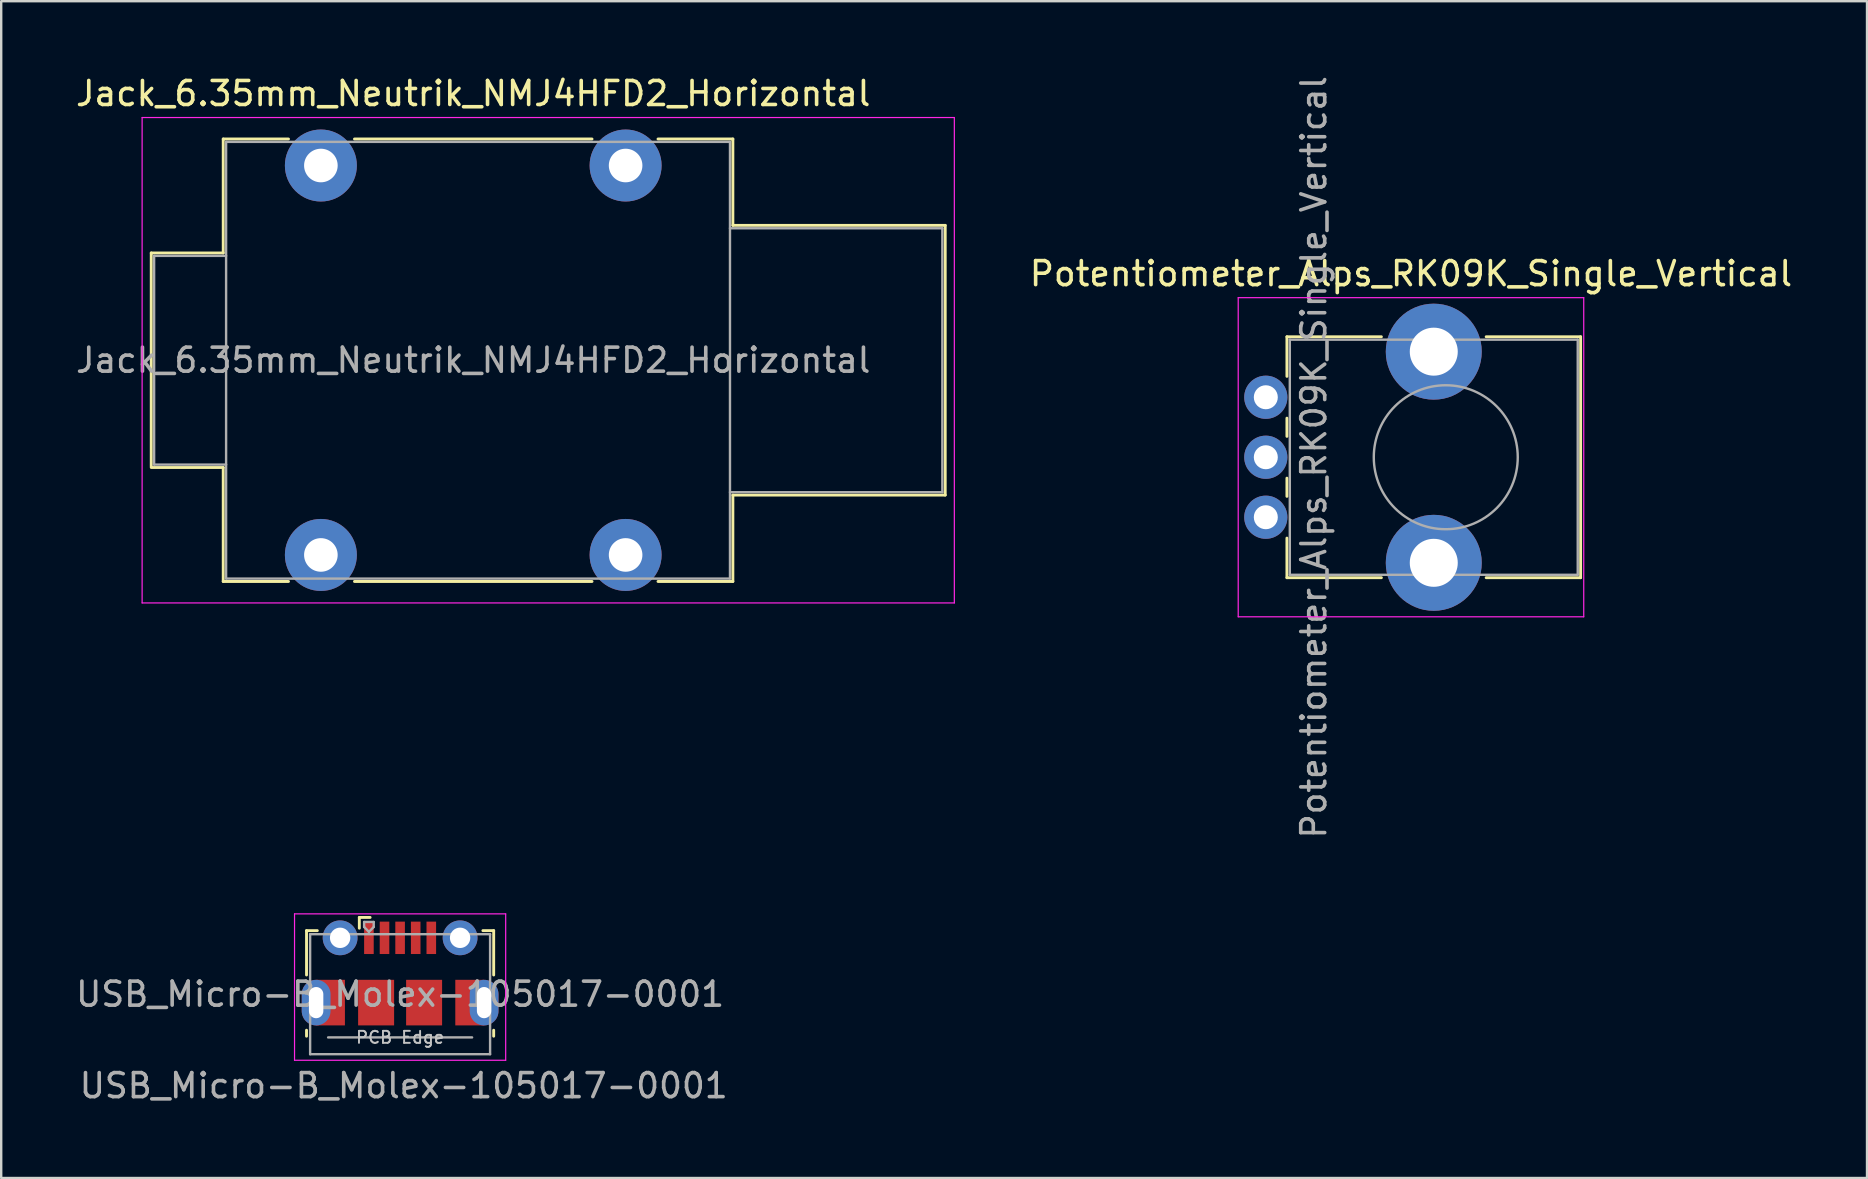
<source format=kicad_pcb>
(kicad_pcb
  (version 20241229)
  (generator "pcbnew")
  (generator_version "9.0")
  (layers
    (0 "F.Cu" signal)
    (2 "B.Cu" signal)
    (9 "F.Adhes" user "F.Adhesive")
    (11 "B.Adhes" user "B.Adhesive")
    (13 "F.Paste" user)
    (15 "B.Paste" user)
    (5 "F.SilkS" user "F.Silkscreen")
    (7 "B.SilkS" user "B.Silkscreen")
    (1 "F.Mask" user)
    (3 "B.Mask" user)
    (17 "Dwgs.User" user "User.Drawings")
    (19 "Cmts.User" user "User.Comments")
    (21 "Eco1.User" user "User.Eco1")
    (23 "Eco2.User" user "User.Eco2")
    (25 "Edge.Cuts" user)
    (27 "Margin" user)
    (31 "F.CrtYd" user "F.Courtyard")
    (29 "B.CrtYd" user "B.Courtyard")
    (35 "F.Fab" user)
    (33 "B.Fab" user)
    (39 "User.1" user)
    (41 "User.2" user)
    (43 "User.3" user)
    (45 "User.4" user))
  (footprint "Jack_6.35mm_Neutrik_NMJ4HFD2_Horizontal"
    (layer "F.Cu")
    (at 10.323 3.848)
    (property "Reference" "Jack_6.35mm_Neutrik_NMJ4HFD2_Horizontal" (at 6.35 -3 0) (layer "F.SilkS") (effects (font (size 1 1) (thickness 0.15))))
    (attr through_hole)
    (fp_line (start -7.07 3.645) (end -4.07 3.645) (stroke (width 0.12) (type solid)) (layer "F.SilkS"))
    (fp_line (start -7.07 12.545) (end -7.07 3.645) (stroke (width 0.12) (type solid)) (layer "F.SilkS"))
    (fp_line (start -7.07 12.585) (end -4.07 12.585) (stroke (width 0.12) (type solid)) (layer "F.SilkS"))
    (fp_line (start -4.07 -1.105) (end -1.35 -1.105) (stroke (width 0.12) (type solid)) (layer "F.SilkS"))
    (fp_line (start -4.07 3.645) (end -4.07 -1.105) (stroke (width 0.12) (type solid)) (layer "F.SilkS"))
    (fp_line (start -4.07 17.335) (end -4.07 12.585) (stroke (width 0.12) (type solid)) (layer "F.SilkS"))
    (fp_line (start -1.35 17.335) (end -4.07 17.335) (stroke (width 0.12) (type solid)) (layer "F.SilkS"))
    (fp_line (start 1.4 -1.105) (end 11.3 -1.105) (stroke (width 0.12) (type solid)) (layer "F.SilkS"))
    (fp_line (start 11.3 17.335) (end 1.4 17.335) (stroke (width 0.12) (type solid)) (layer "F.SilkS"))
    (fp_line (start 17.17 -1.105) (end 14.05 -1.105) (stroke (width 0.12) (type solid)) (layer "F.SilkS"))
    (fp_line (start 17.17 2.495) (end 17.17 -1.105) (stroke (width 0.12) (type solid)) (layer "F.SilkS"))
    (fp_line (start 17.17 2.495) (end 26.02 2.495) (stroke (width 0.12) (type solid)) (layer "F.SilkS"))
    (fp_line (start 17.17 13.735) (end 26.02 13.735) (stroke (width 0.12) (type solid)) (layer "F.SilkS"))
    (fp_line (start 17.17 17.335) (end 14.05 17.335) (stroke (width 0.12) (type solid)) (layer "F.SilkS"))
    (fp_line (start 17.17 17.335) (end 17.17 13.735) (stroke (width 0.12) (type solid)) (layer "F.SilkS"))
    (fp_line (start 26.02 13.735) (end 26.02 2.495) (stroke (width 0.12) (type solid)) (layer "F.SilkS"))
    (fp_line (start -7.45 18.23) (end -7.45 -2) (stroke (width 0.05) (type solid)) (layer "F.CrtYd"))
    (fp_line (start -7.45 18.23) (end 26.4 18.23) (stroke (width 0.05) (type solid)) (layer "F.CrtYd"))
    (fp_line (start 26.4 -2) (end -7.45 -2) (stroke (width 0.05) (type solid)) (layer "F.CrtYd"))
    (fp_line (start 26.4 18.23) (end 26.4 -2) (stroke (width 0.05) (type solid)) (layer "F.CrtYd"))
    (fp_line (start -6.95 3.765) (end -3.95 3.765) (stroke (width 0.1) (type solid)) (layer "F.Fab"))
    (fp_line (start -6.95 12.465) (end -6.95 3.765) (stroke (width 0.1) (type solid)) (layer "F.Fab"))
    (fp_line (start -6.95 12.465) (end -3.95 12.465) (stroke (width 0.1) (type solid)) (layer "F.Fab"))
    (fp_line (start -3.95 17.215) (end -3.95 -0.985) (stroke (width 0.1) (type solid)) (layer "F.Fab"))
    (fp_line (start 17.05 -0.985) (end -3.95 -0.985) (stroke (width 0.1) (type solid)) (layer "F.Fab"))
    (fp_line (start 17.05 17.215) (end -3.95 17.215) (stroke (width 0.1) (type solid)) (layer "F.Fab"))
    (fp_line (start 17.05 17.215) (end 17.05 -0.985) (stroke (width 0.1) (type solid)) (layer "F.Fab"))
    (fp_line (start 25.9 2.615) (end 17.05 2.615) (stroke (width 0.1) (type solid)) (layer "F.Fab"))
    (fp_line (start 25.9 13.615) (end 17.05 13.615) (stroke (width 0.1) (type solid)) (layer "F.Fab"))
    (fp_line (start 25.9 13.615) (end 25.9 2.615) (stroke (width 0.1) (type solid)) (layer "F.Fab"))
    (fp_text user "${REFERENCE}" (at 6.35 8.115 0) (layer "F.Fab") (effects (font (size 1 1) (thickness 0.15))))
    (pad "S" thru_hole circle (at 12.7 0) (size 3 3) (drill 1.4) (layers "*.Cu" "*.Mask"))
    (pad "SN" thru_hole circle (at 12.7 16.23) (size 3 3) (drill 1.4) (layers "*.Cu" "*.Mask"))
    (pad "T" thru_hole circle (at 0 0) (size 3 3) (drill 1.4) (layers "*.Cu" "*.Mask"))
    (pad "TN" thru_hole circle (at 0 16.23) (size 3 3) (drill 1.4) (layers "*.Cu" "*.Mask")))
  (footprint "Potentiometer_Alps_RK09K_Single_Vertical"
    (layer "F.Cu")
    (at 49.704 18.506)
    (property "Reference" "Potentiometer_Alps_RK09K_Single_Vertical" (at 6.05 -10.15 0) (layer "F.SilkS") (effects (font (size 1 1) (thickness 0.15))))
    (attr through_hole)
    (fp_line (start 0.88 -7.521) (end 0.88 -5.871) (stroke (width 0.12) (type solid)) (layer "F.SilkS"))
    (fp_line (start 0.88 -7.521) (end 4.817 -7.521) (stroke (width 0.12) (type solid)) (layer "F.SilkS"))
    (fp_line (start 0.88 -4.129) (end 0.88 -3.37) (stroke (width 0.12) (type solid)) (layer "F.SilkS"))
    (fp_line (start 0.88 -1.629) (end 0.88 -0.87) (stroke (width 0.12) (type solid)) (layer "F.SilkS"))
    (fp_line (start 0.88 0.87) (end 0.88 2.52) (stroke (width 0.12) (type solid)) (layer "F.SilkS"))
    (fp_line (start 0.88 2.52) (end 4.817 2.52) (stroke (width 0.12) (type solid)) (layer "F.SilkS"))
    (fp_line (start 9.184 -7.521) (end 13.12 -7.521) (stroke (width 0.12) (type solid)) (layer "F.SilkS"))
    (fp_line (start 9.184 2.52) (end 13.12 2.52) (stroke (width 0.12) (type solid)) (layer "F.SilkS"))
    (fp_line (start 13.12 -7.521) (end 13.12 2.52) (stroke (width 0.12) (type solid)) (layer "F.SilkS"))
    (fp_line (start -1.15 -9.15) (end -1.15 4.15) (stroke (width 0.05) (type solid)) (layer "F.CrtYd"))
    (fp_line (start -1.15 4.15) (end 13.25 4.15) (stroke (width 0.05) (type solid)) (layer "F.CrtYd"))
    (fp_line (start 13.25 -9.15) (end -1.15 -9.15) (stroke (width 0.05) (type solid)) (layer "F.CrtYd"))
    (fp_line (start 13.25 4.15) (end 13.25 -9.15) (stroke (width 0.05) (type solid)) (layer "F.CrtYd"))
    (fp_line (start 1 -7.4) (end 1 2.4) (stroke (width 0.1) (type solid)) (layer "F.Fab"))
    (fp_line (start 1 2.4) (end 13 2.4) (stroke (width 0.1) (type solid)) (layer "F.Fab"))
    (fp_line (start 13 -7.4) (end 1 -7.4) (stroke (width 0.1) (type solid)) (layer "F.Fab"))
    (fp_line (start 13 2.4) (end 13 -7.4) (stroke (width 0.1) (type solid)) (layer "F.Fab"))
    (fp_circle (center 7.5 -2.5) (end 10.5 -2.5) (stroke (width 0.1) (type solid)) (fill no) (layer "F.Fab"))
    (fp_text user "${REFERENCE}" (at 2 -2.5 90) (layer "F.Fab") (effects (font (size 1 1) (thickness 0.15))))
    (pad "" np_thru_hole circle (at 7 -6.9) (size 4 4) (drill 2) (layers "*.Cu" "*.Mask"))
    (pad "" np_thru_hole circle (at 7 1.9) (size 4 4) (drill 2) (layers "*.Cu" "*.Mask"))
    (pad "1" thru_hole circle (at 0 0) (size 1.8 1.8) (drill 1) (layers "*.Cu" "*.Mask"))
    (pad "2" thru_hole circle (at 0 -2.5) (size 1.8 1.8) (drill 1) (layers "*.Cu" "*.Mask"))
    (pad "3" thru_hole circle (at 0 -5) (size 1.8 1.8) (drill 1) (layers "*.Cu" "*.Mask")))
  (footprint "USB_Micro-B_Molex-105017-0001"
    (layer "F.Cu")
    (at 13.625 37.497)
    (property "Reference" "USB_Micro-B_Molex-105017-0001" (at 0.15 4.7 180) (layer "F.Fab") (effects (font (size 1 1) (thickness 0.15))))
    (attr smd)
    (fp_line (start -3.9 -1.762) (end -3.45 -1.762) (stroke (width 0.12) (type solid)) (layer "F.SilkS"))
    (fp_line (start -3.9 0.087) (end -3.9 -1.762) (stroke (width 0.12) (type solid)) (layer "F.SilkS"))
    (fp_line (start -3.9 2.638) (end -3.9 2.388) (stroke (width 0.12) (type solid)) (layer "F.SilkS"))
    (fp_line (start -1.7 -2.312) (end -1.7 -1.863) (stroke (width 0.12) (type solid)) (layer "F.SilkS"))
    (fp_line (start -1.7 -2.312) (end -1.25 -2.312) (stroke (width 0.12) (type solid)) (layer "F.SilkS"))
    (fp_line (start 3.9 -1.762) (end 3.45 -1.762) (stroke (width 0.12) (type solid)) (layer "F.SilkS"))
    (fp_line (start 3.9 0.087) (end 3.9 -1.762) (stroke (width 0.12) (type solid)) (layer "F.SilkS"))
    (fp_line (start 3.9 2.638) (end 3.9 2.388) (stroke (width 0.12) (type solid)) (layer "F.SilkS"))
    (fp_line (start -4.4 -2.46) (end 4.4 -2.46) (stroke (width 0.05) (type solid)) (layer "F.CrtYd"))
    (fp_line (start -4.4 3.64) (end -4.4 -2.46) (stroke (width 0.05) (type solid)) (layer "F.CrtYd"))
    (fp_line (start -4.4 3.64) (end 4.4 3.64) (stroke (width 0.05) (type solid)) (layer "F.CrtYd"))
    (fp_line (start 4.4 -2.46) (end 4.4 3.64) (stroke (width 0.05) (type solid)) (layer "F.CrtYd"))
    (fp_line (start -3.75 -1.613) (end 3.75 -1.613) (stroke (width 0.1) (type solid)) (layer "F.Fab"))
    (fp_line (start -3.75 3.388) (end -3.75 -1.613) (stroke (width 0.1) (type solid)) (layer "F.Fab"))
    (fp_line (start -3.75 3.389) (end 3.75 3.389) (stroke (width 0.1) (type solid)) (layer "F.Fab"))
    (fp_line (start -3 2.689) (end 3 2.689) (stroke (width 0.1) (type solid)) (layer "F.Fab"))
    (fp_line (start -1.5 -2.123) (end -1.5 -1.913) (stroke (width 0.1) (type solid)) (layer "F.Fab"))
    (fp_line (start -1.5 -2.123) (end -1.1 -2.123) (stroke (width 0.1) (type solid)) (layer "F.Fab"))
    (fp_line (start -1.3 -1.712) (end -1.5 -1.913) (stroke (width 0.1) (type solid)) (layer "F.Fab"))
    (fp_line (start -1.1 -2.123) (end -1.1 -1.913) (stroke (width 0.1) (type solid)) (layer "F.Fab"))
    (fp_line (start -1.1 -1.913) (end -1.3 -1.712) (stroke (width 0.1) (type solid)) (layer "F.Fab"))
    (fp_line (start 3.75 3.388) (end 3.75 -1.613) (stroke (width 0.1) (type solid)) (layer "F.Fab"))
    (fp_text user "PCB Edge" (at 0 2.688 180) (layer "Dwgs.User") (effects (font (size 0.5 0.5) (thickness 0.08))))
    (fp_text user "${REFERENCE}" (at 0 0.887 180) (layer "F.Fab") (effects (font (size 1 1) (thickness 0.15))))
    (pad "1" smd rect (at -1.3 -1.462) (size 0.4 1.35) (layers "F.Cu" "F.Mask" "F.Paste"))
    (pad "2" smd rect (at -0.65 -1.462) (size 0.4 1.35) (layers "F.Cu" "F.Mask" "F.Paste"))
    (pad "3" smd rect (at 0 -1.462) (size 0.4 1.35) (layers "F.Cu" "F.Mask" "F.Paste"))
    (pad "4" smd rect (at 0.65 -1.462) (size 0.4 1.35) (layers "F.Cu" "F.Mask" "F.Paste"))
    (pad "5" smd rect (at 1.3 -1.462) (size 0.4 1.35) (layers "F.Cu" "F.Mask" "F.Paste"))
    (pad "6" thru_hole oval (at -3.5 1.238 180) (size 1.2 1.9) (drill oval 0.6 1.3) (layers "*.Cu" "*.Mask"))
    (pad "6" smd rect (at -2.9 1.238) (size 1.2 1.9) (layers "F.Cu" "F.Mask"))
    (pad "6" thru_hole circle (at -2.5 -1.462) (size 1.45 1.45) (drill 0.85) (layers "*.Cu" "*.Mask"))
    (pad "6" smd rect (at -1 1.238) (size 1.5 1.9) (layers "F.Cu" "F.Mask" "F.Paste"))
    (pad "6" smd rect (at 1 1.238) (size 1.5 1.9) (layers "F.Cu" "F.Mask" "F.Paste"))
    (pad "6" thru_hole circle (at 2.5 -1.462) (size 1.45 1.45) (drill 0.85) (layers "*.Cu" "*.Mask"))
    (pad "6" smd rect (at 2.9 1.238) (size 1.2 1.9) (layers "F.Cu" "F.Mask"))
    (pad "6" thru_hole oval (at 3.5 1.238) (size 1.2 1.9) (drill oval 0.6 1.3) (layers "*.Cu" "*.Mask")))
  (gr_rect
    (start -3 -3)
    (end 74.76 46.045)
    (stroke (width 0.1) (type default))
    (fill no)
    (layer "Edge.Cuts")))
</source>
